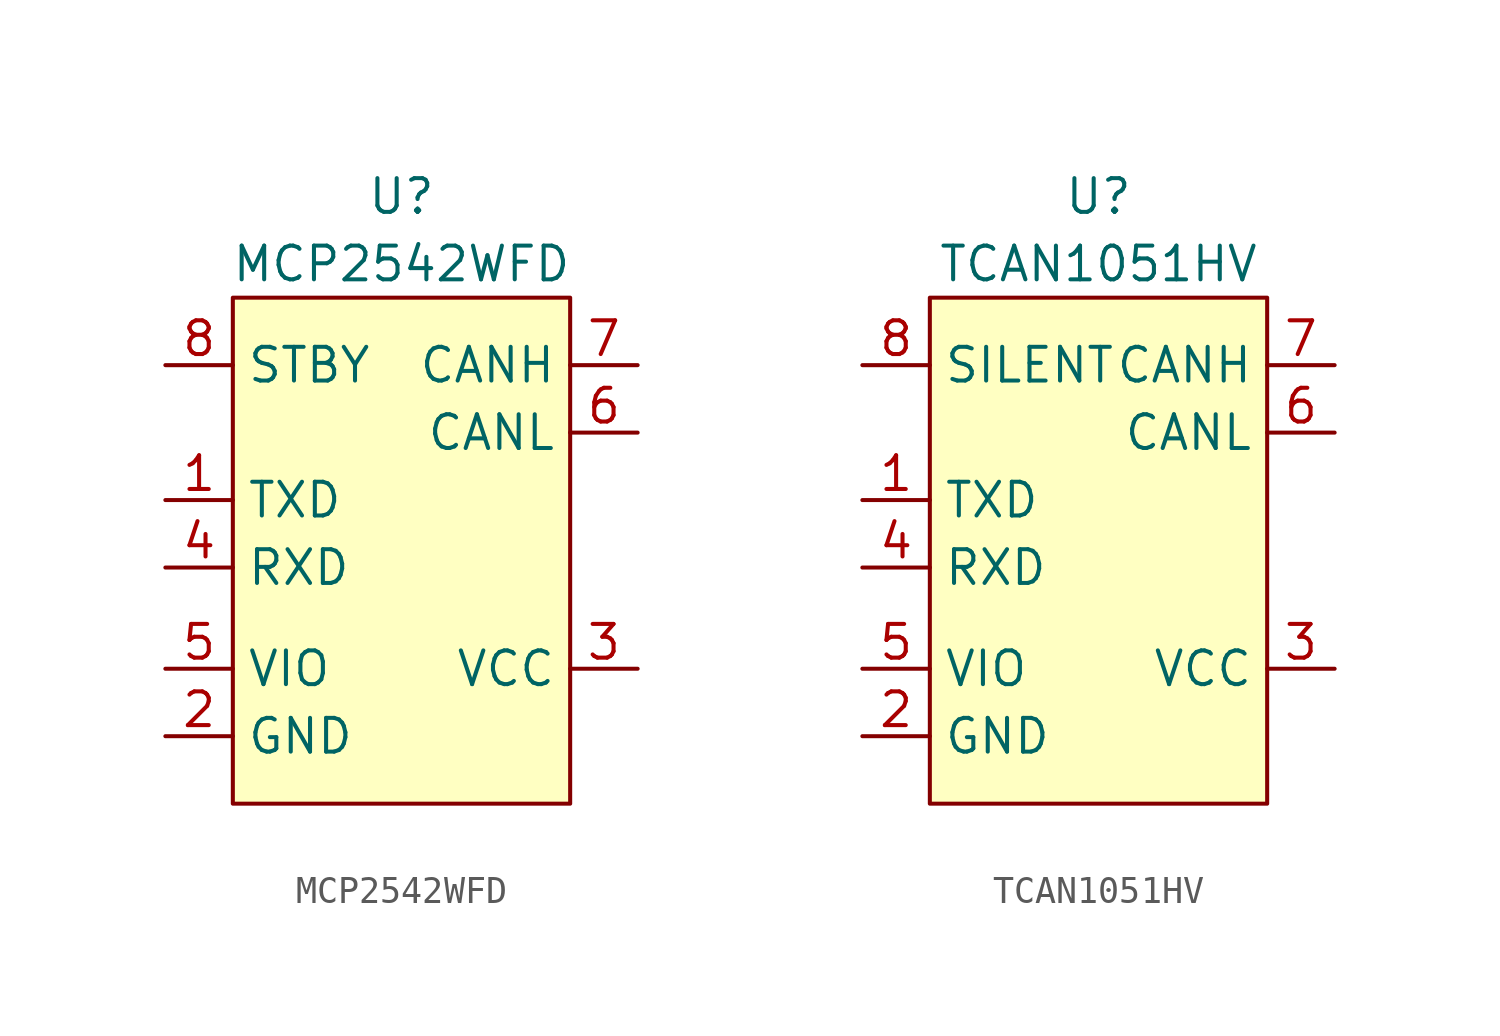
<source format=kicad_sym>
(kicad_symbol_lib
  (version 20220914)
  (generator kicad_symbol_editor)
  (symbol "MCP2542WFD"
    (property "Reference" "U"
      (at 0 11.43 0)
      (effects (font (size 1.27 1.27))))
    (property "Value" "MCP2542WFD"
      (at 0 8.89 0)
      (effects (font (size 1.27 1.27))))
    (symbol "MCP2542WFD_0_1"
      (rectangle (start -6.35 7.62) (end 6.35 -11.43) (stroke (width 0) (type default)) (fill (type background))))
    (symbol "MCP2542WFD_1_1"
      (pin input line (at -8.89 0 0) (length 2.54) (name "TXD" (effects (font (size 1.27 1.27)))) (number "1" (effects (font (size 1.27 1.27)))))
      (pin power_in line (at -8.89 -8.89 0) (length 2.54) (name "GND" (effects (font (size 1.27 1.27)))) (number "2" (effects (font (size 1.27 1.27)))))
      (pin power_in line (at 8.89 -6.35 180) (length 2.54) (name "VCC" (effects (font (size 1.27 1.27)))) (number "3" (effects (font (size 1.27 1.27)))))
      (pin output line (at -8.89 -2.54 0) (length 2.54) (name "RXD" (effects (font (size 1.27 1.27)))) (number "4" (effects (font (size 1.27 1.27)))))
      (pin power_in line (at -8.89 -6.35 0) (length 2.54) (name "VIO" (effects (font (size 1.27 1.27)))) (number "5" (effects (font (size 1.27 1.27)))))
      (pin bidirectional line (at 8.89 2.54 180) (length 2.54) (name "CANL" (effects (font (size 1.27 1.27)))) (number "6" (effects (font (size 1.27 1.27)))))
      (pin bidirectional line (at 8.89 5.08 180) (length 2.54) (name "CANH" (effects (font (size 1.27 1.27)))) (number "7" (effects (font (size 1.27 1.27)))))
      (pin input line (at -8.89 5.08 0) (length 2.54) (name "STBY" (effects (font (size 1.27 1.27)))) (number "8" (effects (font (size 1.27 1.27)))))))
  (symbol "TCAN1051HV"
    (property "Reference" "U"
      (at 0 3.81 0)
      (effects (font (size 1.27 1.27))))
    (property "Value" "TCAN1051HV"
      (at 0 1.27 0)
      (effects (font (size 1.27 1.27))))
    (symbol "TCAN1051HV_0_1"
      (rectangle (start -6.35 0) (end 6.35 -19.05) (stroke (width 0) (type default)) (fill (type background))))
    (symbol "TCAN1051HV_1_1"
      (pin input line (at -8.89 -7.62 0) (length 2.54) (name "TXD" (effects (font (size 1.27 1.27)))) (number "1" (effects (font (size 1.27 1.27)))))
      (pin power_in line (at -8.89 -16.51 0) (length 2.54) (name "GND" (effects (font (size 1.27 1.27)))) (number "2" (effects (font (size 1.27 1.27)))))
      (pin power_in line (at 8.89 -13.97 180) (length 2.54) (name "VCC" (effects (font (size 1.27 1.27)))) (number "3" (effects (font (size 1.27 1.27)))))
      (pin output line (at -8.89 -10.16 0) (length 2.54) (name "RXD" (effects (font (size 1.27 1.27)))) (number "4" (effects (font (size 1.27 1.27)))))
      (pin power_in line (at -8.89 -13.97 0) (length 2.54) (name "VIO" (effects (font (size 1.27 1.27)))) (number "5" (effects (font (size 1.27 1.27)))))
      (pin bidirectional line (at 8.89 -5.08 180) (length 2.54) (name "CANL" (effects (font (size 1.27 1.27)))) (number "6" (effects (font (size 1.27 1.27)))))
      (pin bidirectional line (at 8.89 -2.54 180) (length 2.54) (name "CANH" (effects (font (size 1.27 1.27)))) (number "7" (effects (font (size 1.27 1.27)))))
      (pin input line (at -8.89 -2.54 0) (length 2.54) (name "SILENT" (effects (font (size 1.27 1.27)))) (number "8" (effects (font (size 1.27 1.27))))))))
</source>
